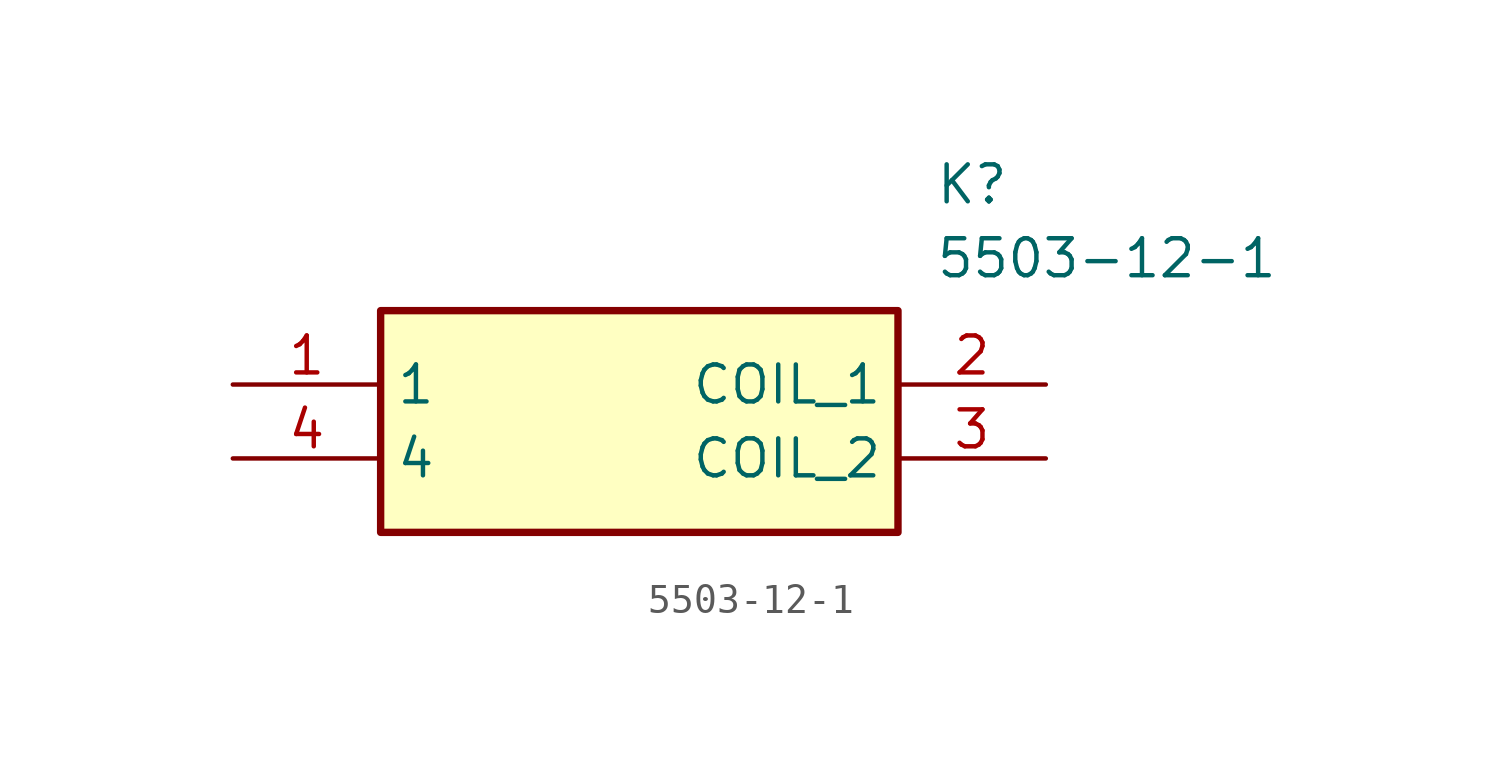
<source format=kicad_sym>
(kicad_symbol_lib
  (version 20211014)
  (generator SamacSys_ECAD_Model)
  (symbol "5503-12-1"
    (property "Reference" "K"
      (at 24.13 7.62 0)
      (effects (font (size 1.27 1.27)) (justify left top)))
    (property "Value" "5503-12-1"
      (at 24.13 5.08 0)
      (effects (font (size 1.27 1.27)) (justify left top)))
    (rectangle
      (start 5.08 2.54)
      (end 22.86 -5.08)
      (stroke (width 0.254) (type default))
      (fill (type background)))
    (pin passive line
      (at 0 0 0)
      (length 5.08)
      (name "1" (effects (font (size 1.27 1.27))))
      (number "1" (effects (font (size 1.27 1.27)))))
    (pin passive line
      (at 27.94 0 180)
      (length 5.08)
      (name "COIL_1" (effects (font (size 1.27 1.27))))
      (number "2" (effects (font (size 1.27 1.27)))))
    (pin passive line
      (at 27.94 -2.54 180)
      (length 5.08)
      (name "COIL_2" (effects (font (size 1.27 1.27))))
      (number "3" (effects (font (size 1.27 1.27)))))
    (pin passive line
      (at 0 -2.54 0)
      (length 5.08)
      (name "4" (effects (font (size 1.27 1.27))))
      (number "4" (effects (font (size 1.27 1.27)))))))
</source>
